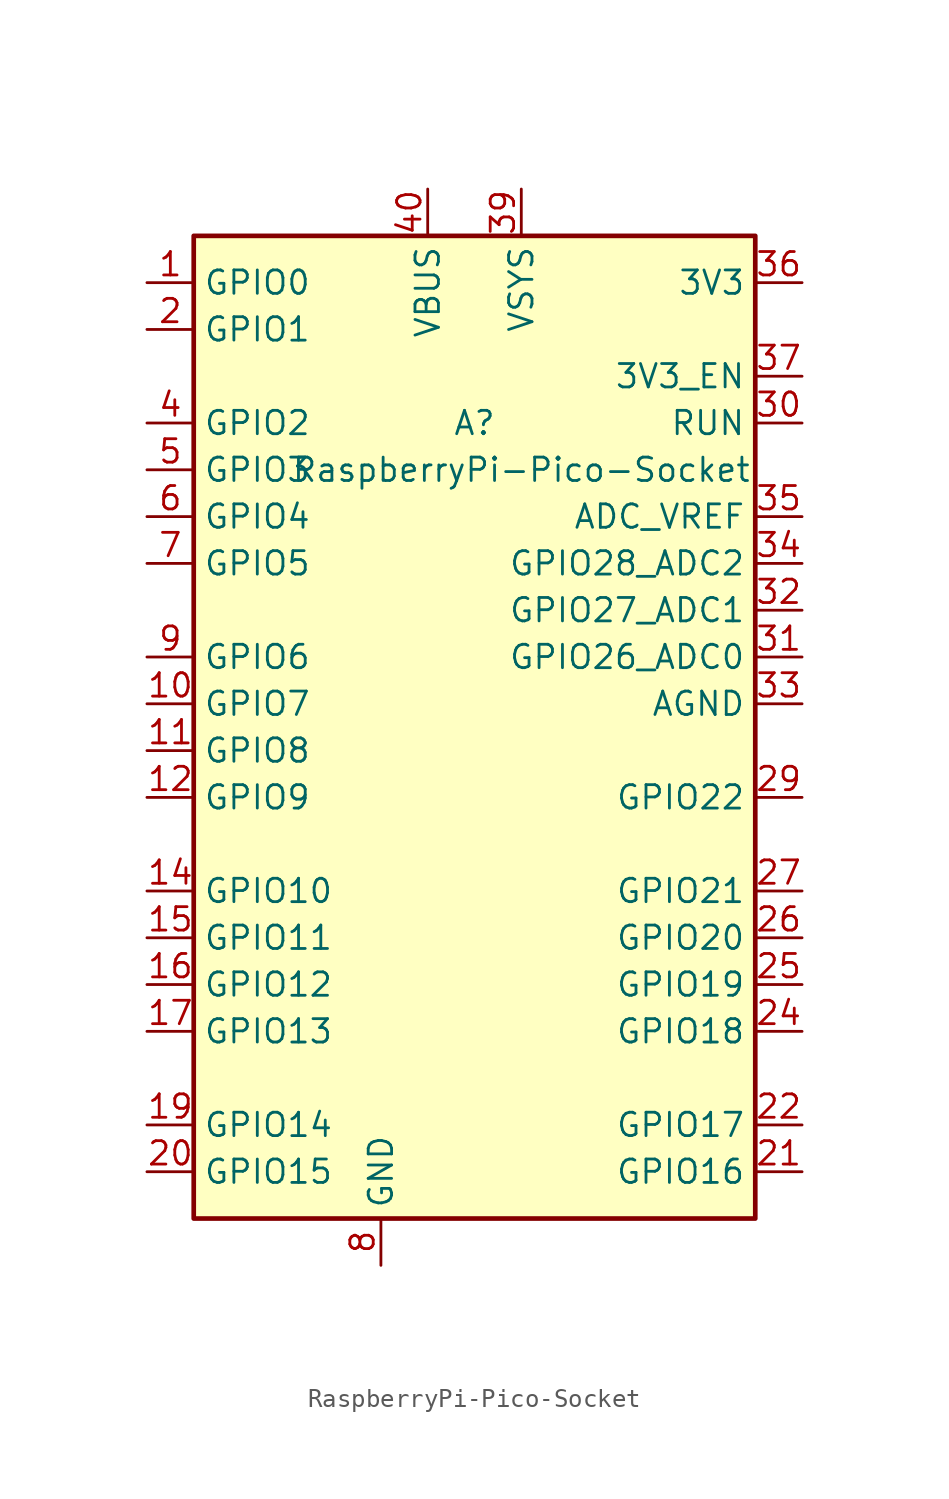
<source format=kicad_sym>
(kicad_symbol_lib
  (version 20211014)
  (generator kicad_symbol_editor)
  (symbol "RaspberryPi-Pico-Socket"
    (property "Reference" "A"
      (at 0 17.78 0)
      (effects (font (size 1.27 1.27))))
    (property "Value" "RaspberryPi-Pico-Socket"
      (at 2.54 15.24 0)
      (effects (font (size 1.27 1.27))))
    (symbol "RaspberryPi-Pico-Socket_0_1"
      (rectangle (start -15.24 27.94) (end 15.24 -25.4) (stroke (width 0.254) (type default) (color 0 0 0 0)) (fill (type background))))
    (symbol "RaspberryPi-Pico-Socket_1_1"
      (pin bidirectional line (at -17.78 25.4 0) (length 2.54) (name "GPIO0" (effects (font (size 1.27 1.27)))) (number "1" (effects (font (size 1.27 1.27)))) (alternate "I2C0_SDA" bidirectional line) (alternate "PWM0_A" output line) (alternate "SPI0_RX" input line) (alternate "UART0_TX" output line) (alternate "USB_OVCUR_DET" input line))
      (pin bidirectional line (at -17.78 2.54 0) (length 2.54) (name "GPIO7" (effects (font (size 1.27 1.27)))) (number "10" (effects (font (size 1.27 1.27)))) (alternate "I2C1_SCL" bidirectional line) (alternate "PWM3_B" bidirectional line) (alternate "SPI0_TX" output line) (alternate "USB_VBUS_DET" input line) (alternate "~{UART1_RTS}" output line))
      (pin bidirectional line (at -17.78 0 0) (length 2.54) (name "GPIO8" (effects (font (size 1.27 1.27)))) (number "11" (effects (font (size 1.27 1.27)))) (alternate "I2C0_SDA" bidirectional line) (alternate "PWM4_A" output line) (alternate "SPI1_RX" input line) (alternate "UART1_TX" output line) (alternate "USB_VBUS_EN" output line))
      (pin bidirectional line (at -17.78 -2.54 0) (length 2.54) (name "GPIO9" (effects (font (size 1.27 1.27)))) (number "12" (effects (font (size 1.27 1.27)))) (alternate "I2C0_SCL" bidirectional line) (alternate "PWM4_B" bidirectional line) (alternate "UART1_RX" input line) (alternate "USB_OVCUR_DET" input line) (alternate "~{SPI1_CS}" output line))
      (pin passive line (at -5.08 -27.94 90) (length 2.54) hide (name "GND" (effects (font (size 1.27 1.27)))) (number "13" (effects (font (size 1.27 1.27)))))
      (pin bidirectional line (at -17.78 -7.62 0) (length 2.54) (name "GPIO10" (effects (font (size 1.27 1.27)))) (number "14" (effects (font (size 1.27 1.27)))) (alternate "I2C1_SDA" bidirectional line) (alternate "PWM5_A" output line) (alternate "SPI1_SCK" bidirectional line) (alternate "USB_VBUS_DET" input line) (alternate "~{UART1_CTS}" input line))
      (pin bidirectional line (at -17.78 -10.16 0) (length 2.54) (name "GPIO11" (effects (font (size 1.27 1.27)))) (number "15" (effects (font (size 1.27 1.27)))) (alternate "I2C1_SCL" bidirectional line) (alternate "PWM5_B" bidirectional line) (alternate "SPI1_TX" output line) (alternate "USB_VBUS_EN" output line) (alternate "~{UART1_RTS}" output line))
      (pin bidirectional line (at -17.78 -12.7 0) (length 2.54) (name "GPIO12" (effects (font (size 1.27 1.27)))) (number "16" (effects (font (size 1.27 1.27)))) (alternate "I2C0_SDA" bidirectional line) (alternate "PWM6_A" output line) (alternate "SPI1_RX" input line) (alternate "UART0_TX" output line) (alternate "USB_OVCUR_DET" input line))
      (pin bidirectional line (at -17.78 -15.24 0) (length 2.54) (name "GPIO13" (effects (font (size 1.27 1.27)))) (number "17" (effects (font (size 1.27 1.27)))) (alternate "I2C0_SCL" bidirectional line) (alternate "PWM6_B" bidirectional line) (alternate "UART0_RX" input line) (alternate "USB_VBUS_DET" input line) (alternate "~{SPI1_CS}" output line))
      (pin passive line (at -5.08 -27.94 90) (length 2.54) hide (name "GND" (effects (font (size 1.27 1.27)))) (number "18" (effects (font (size 1.27 1.27)))))
      (pin bidirectional line (at -17.78 -20.32 0) (length 2.54) (name "GPIO14" (effects (font (size 1.27 1.27)))) (number "19" (effects (font (size 1.27 1.27)))) (alternate "I2C1_SDA" bidirectional line) (alternate "PWM7_A" output line) (alternate "SPI1_SCK" bidirectional line) (alternate "USB_VBUS_EN" output line) (alternate "~{UART0_CTS}" input line))
      (pin bidirectional line (at -17.78 22.86 0) (length 2.54) (name "GPIO1" (effects (font (size 1.27 1.27)))) (number "2" (effects (font (size 1.27 1.27)))) (alternate "I2C0_SCL" bidirectional line) (alternate "PWM0_B" bidirectional line) (alternate "UART0_RX" input line) (alternate "USB_VBUS_DET" input line) (alternate "~{SPI0_CS}" output line))
      (pin bidirectional line (at -17.78 -22.86 0) (length 2.54) (name "GPIO15" (effects (font (size 1.27 1.27)))) (number "20" (effects (font (size 1.27 1.27)))) (alternate "I2C1_SCL" bidirectional line) (alternate "PWM7_B" bidirectional line) (alternate "SPI1_TX" output line) (alternate "USB_OVCUR_DET" input line) (alternate "~{UART0_RTS}" output line))
      (pin bidirectional line (at 17.78 -22.86 180) (length 2.54) (name "GPIO16" (effects (font (size 1.27 1.27)))) (number "21" (effects (font (size 1.27 1.27)))) (alternate "I2C0_SDA" bidirectional line) (alternate "PWM0_A" output line) (alternate "SPI0_RX" input line) (alternate "UART0_TX" output line) (alternate "USB_VBUS_DET" input line))
      (pin bidirectional line (at 17.78 -20.32 180) (length 2.54) (name "GPIO17" (effects (font (size 1.27 1.27)))) (number "22" (effects (font (size 1.27 1.27)))) (alternate "I2C0_SCL" bidirectional line) (alternate "PWM0_B" bidirectional line) (alternate "UART0_RX" input line) (alternate "USB_VBUS_EN" output line) (alternate "~{SPI0_CS}" output line))
      (pin passive line (at -5.08 -27.94 90) (length 2.54) hide (name "GND" (effects (font (size 1.27 1.27)))) (number "23" (effects (font (size 1.27 1.27)))))
      (pin bidirectional line (at 17.78 -15.24 180) (length 2.54) (name "GPIO18" (effects (font (size 1.27 1.27)))) (number "24" (effects (font (size 1.27 1.27)))) (alternate "I2C1_SDA" bidirectional line) (alternate "PWM1_A" output line) (alternate "SPI0_SCK" bidirectional line) (alternate "USB_OVCUR_DET" input line) (alternate "~{UART0_CTS}" input line))
      (pin bidirectional line (at 17.78 -12.7 180) (length 2.54) (name "GPIO19" (effects (font (size 1.27 1.27)))) (number "25" (effects (font (size 1.27 1.27)))) (alternate "I2C1_SCL" bidirectional line) (alternate "PWM1_B" bidirectional line) (alternate "SPI0_TX" output line) (alternate "USB_VBUS_DET" input line) (alternate "~{UART0_RTS}" output line))
      (pin bidirectional line (at 17.78 -10.16 180) (length 2.54) (name "GPIO20" (effects (font (size 1.27 1.27)))) (number "26" (effects (font (size 1.27 1.27)))) (alternate "CLOCK_GPIN0" input line) (alternate "I2C0_SDA" bidirectional line) (alternate "PWM2_A" output line) (alternate "SPI0_RX" input line) (alternate "UART1_TX" output line) (alternate "USB_VBUS_EN" output line))
      (pin bidirectional line (at 17.78 -7.62 180) (length 2.54) (name "GPIO21" (effects (font (size 1.27 1.27)))) (number "27" (effects (font (size 1.27 1.27)))) (alternate "CLOCK_GPOUT0" output line) (alternate "I2C0_SCL" bidirectional line) (alternate "PWM2_B" bidirectional line) (alternate "UART1_RX" input line) (alternate "USB_OVCUR_DET" input line) (alternate "~{SPI0_CS}" output line))
      (pin passive line (at -5.08 -27.94 90) (length 2.54) hide (name "GND" (effects (font (size 1.27 1.27)))) (number "28" (effects (font (size 1.27 1.27)))))
      (pin bidirectional line (at 17.78 -2.54 180) (length 2.54) (name "GPIO22" (effects (font (size 1.27 1.27)))) (number "29" (effects (font (size 1.27 1.27)))) (alternate "CLOCK_GPIN1" input line) (alternate "I2C1_SDA" bidirectional line) (alternate "PWM3_A" output line) (alternate "SPI0_SCK" bidirectional line) (alternate "USB_VBUS_DET" input line) (alternate "~{UART1_CTS}" input line))
      (pin passive line (at -5.08 -27.94 90) (length 2.54) hide (name "GND" (effects (font (size 1.27 1.27)))) (number "3" (effects (font (size 1.27 1.27)))))
      (pin input line (at 17.78 17.78 180) (length 2.54) (name "RUN" (effects (font (size 1.27 1.27)))) (number "30" (effects (font (size 1.27 1.27)))) (alternate "~{RESET}" input line))
      (pin bidirectional line (at 17.78 5.08 180) (length 2.54) (name "GPIO26_ADC0" (effects (font (size 1.27 1.27)))) (number "31" (effects (font (size 1.27 1.27)))) (alternate "ADC0" input line) (alternate "GPIO26" bidirectional line) (alternate "I2C1_SDA" bidirectional line) (alternate "PWM5_A" output line) (alternate "SPI1_SCK" bidirectional line) (alternate "USB_VBUS_EN" output line) (alternate "~{UART1_CTS}" input line))
      (pin bidirectional line (at 17.78 7.62 180) (length 2.54) (name "GPIO27_ADC1" (effects (font (size 1.27 1.27)))) (number "32" (effects (font (size 1.27 1.27)))) (alternate "ADC1" input line) (alternate "GPIO27" bidirectional line) (alternate "I2C1_SCL" bidirectional line) (alternate "PWM5_B" bidirectional line) (alternate "SPI1_TX" output line) (alternate "USB_OVCUR_DET" input line) (alternate "~{UART1_RTS}" output line))
      (pin power_in line (at 17.78 2.54 180) (length 2.54) (name "AGND" (effects (font (size 1.27 1.27)))) (number "33" (effects (font (size 1.27 1.27)))) (alternate "GND" power_in line))
      (pin bidirectional line (at 17.78 10.16 180) (length 2.54) (name "GPIO28_ADC2" (effects (font (size 1.27 1.27)))) (number "34" (effects (font (size 1.27 1.27)))) (alternate "ADC2" input line) (alternate "GPIO28" bidirectional line) (alternate "I2C0_SDA" bidirectional line) (alternate "PWM6_A" output line) (alternate "SPI1_RX" input line) (alternate "UART0_TX" output line) (alternate "USB_VBUS_DET" input line))
      (pin power_in line (at 17.78 12.7 180) (length 2.54) (name "ADC_VREF" (effects (font (size 1.27 1.27)))) (number "35" (effects (font (size 1.27 1.27)))))
      (pin power_out line (at 17.78 25.4 180) (length 2.54) (name "3V3" (effects (font (size 1.27 1.27)))) (number "36" (effects (font (size 1.27 1.27)))))
      (pin input line (at 17.78 20.32 180) (length 2.54) (name "3V3_EN" (effects (font (size 1.27 1.27)))) (number "37" (effects (font (size 1.27 1.27)))))
      (pin passive line (at -5.08 -27.94 90) (length 2.54) hide (name "GND" (effects (font (size 1.27 1.27)))) (number "38" (effects (font (size 1.27 1.27)))))
      (pin power_in line (at 2.54 30.48 270) (length 2.54) (name "VSYS" (effects (font (size 1.27 1.27)))) (number "39" (effects (font (size 1.27 1.27)))) (alternate "VSYS" power_in line))
      (pin bidirectional line (at -17.78 17.78 0) (length 2.54) (name "GPIO2" (effects (font (size 1.27 1.27)))) (number "4" (effects (font (size 1.27 1.27)))) (alternate "I2C1_SDA" bidirectional line) (alternate "PWM1_A" output line) (alternate "SPI0_SCK" bidirectional line) (alternate "USB_VBUS_EN" output line) (alternate "~{UART0_CTS}" input line))
      (pin power_out line (at -2.54 30.48 270) (length 2.54) (name "VBUS" (effects (font (size 1.27 1.27)))) (number "40" (effects (font (size 1.27 1.27)))) (alternate "VBUS" power_in line))
      (pin bidirectional line (at -17.78 15.24 0) (length 2.54) (name "GPIO3" (effects (font (size 1.27 1.27)))) (number "5" (effects (font (size 1.27 1.27)))) (alternate "I2C1_SCL" bidirectional line) (alternate "PWM1_B" bidirectional line) (alternate "SPI0_TX" output line) (alternate "USB_OVCUR_DET" input line) (alternate "~{UART0_RTS}" output line))
      (pin bidirectional line (at -17.78 12.7 0) (length 2.54) (name "GPIO4" (effects (font (size 1.27 1.27)))) (number "6" (effects (font (size 1.27 1.27)))) (alternate "I2C0_SDA" bidirectional line) (alternate "PWM2_A" output line) (alternate "SPI0_RX" input line) (alternate "UART1_TX" output line) (alternate "USB_VBUS_DET" input line))
      (pin bidirectional line (at -17.78 10.16 0) (length 2.54) (name "GPIO5" (effects (font (size 1.27 1.27)))) (number "7" (effects (font (size 1.27 1.27)))) (alternate "I2C0_SCL" bidirectional line) (alternate "PWM2_B" bidirectional line) (alternate "UART1_RX" input line) (alternate "USB_VBUS_EN" output line) (alternate "~{SPI0_CS}" output line))
      (pin power_in line (at -5.08 -27.94 90) (length 2.54) (name "GND" (effects (font (size 1.27 1.27)))) (number "8" (effects (font (size 1.27 1.27)))))
      (pin bidirectional line (at -17.78 5.08 0) (length 2.54) (name "GPIO6" (effects (font (size 1.27 1.27)))) (number "9" (effects (font (size 1.27 1.27)))) (alternate "I2C1_SDA" bidirectional line) (alternate "PWM3_A" output line) (alternate "SPI0_SCK" bidirectional line) (alternate "USB_OVCUR_DET" input line) (alternate "~{UART1_CTS}" input line)))))
</source>
